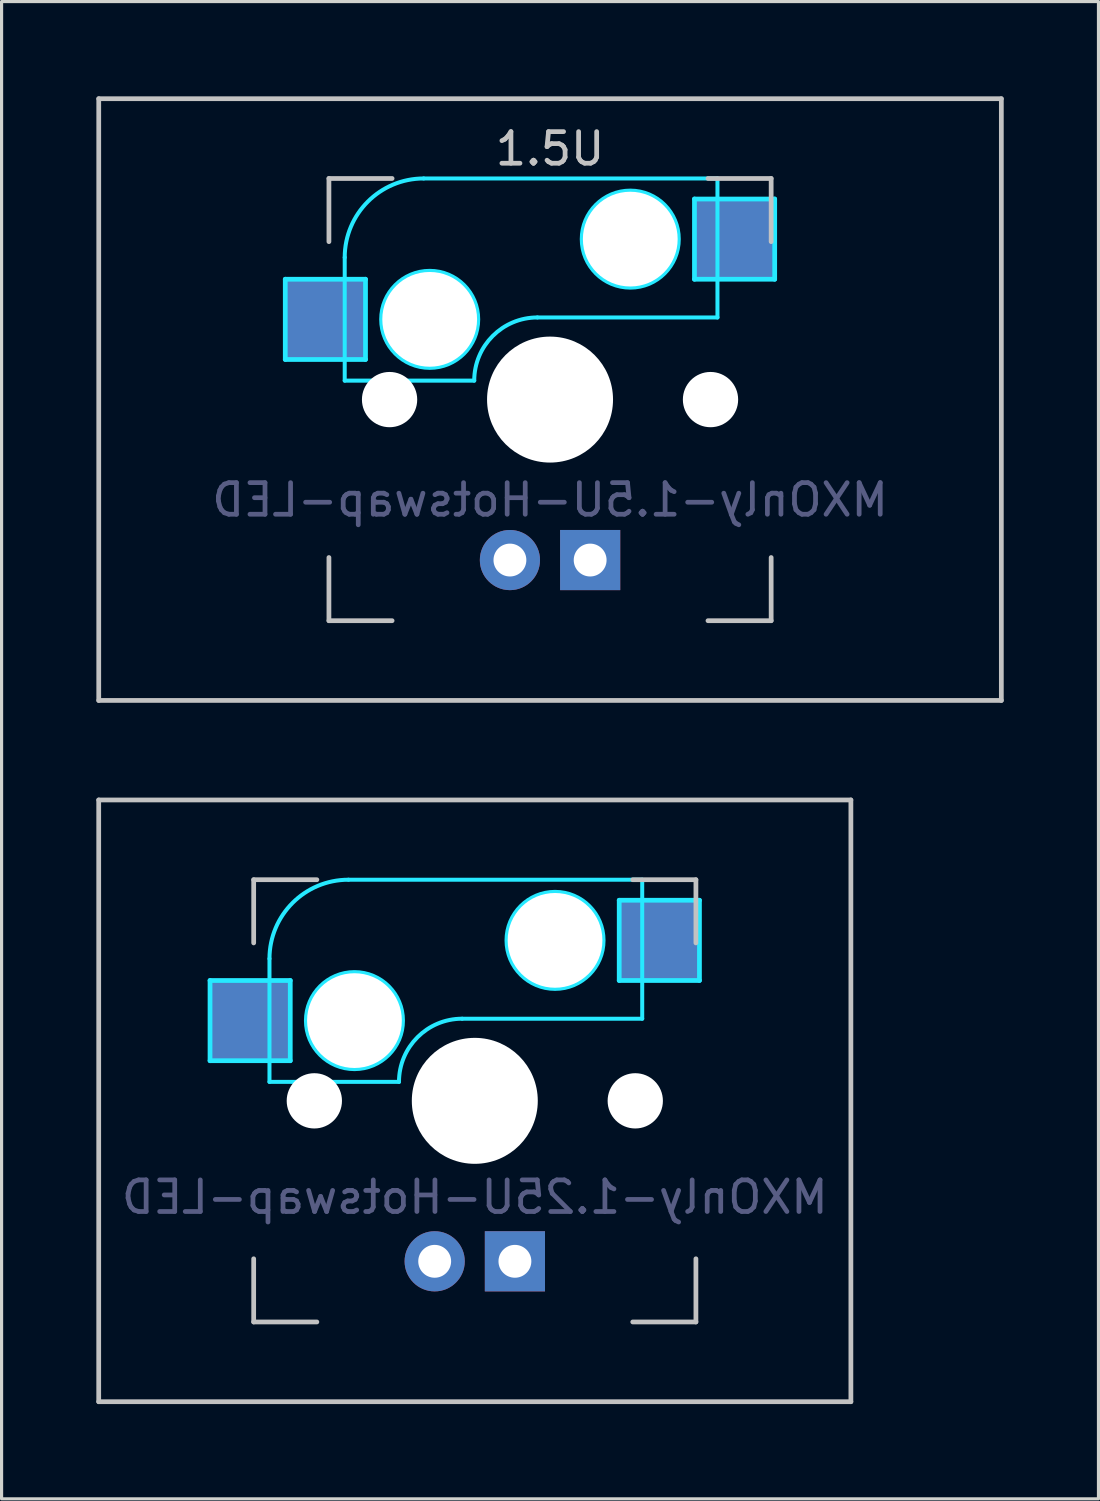
<source format=kicad_pcb>
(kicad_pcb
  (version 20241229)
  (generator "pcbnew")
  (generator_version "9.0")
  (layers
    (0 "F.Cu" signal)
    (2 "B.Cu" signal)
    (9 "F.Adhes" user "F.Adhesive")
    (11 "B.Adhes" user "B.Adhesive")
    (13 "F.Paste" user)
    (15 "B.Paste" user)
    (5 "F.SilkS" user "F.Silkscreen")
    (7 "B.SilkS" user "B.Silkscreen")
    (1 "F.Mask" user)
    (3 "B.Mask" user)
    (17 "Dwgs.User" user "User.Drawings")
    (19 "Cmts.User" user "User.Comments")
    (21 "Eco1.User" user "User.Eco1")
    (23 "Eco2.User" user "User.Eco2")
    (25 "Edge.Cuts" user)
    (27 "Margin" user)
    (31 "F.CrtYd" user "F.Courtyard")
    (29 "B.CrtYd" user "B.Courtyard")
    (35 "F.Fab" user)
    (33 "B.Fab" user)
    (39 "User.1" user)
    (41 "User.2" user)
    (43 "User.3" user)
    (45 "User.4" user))
  (footprint "MXOnly-1.25U-Hotswap-LED"
    (layer "F.Cu")
    (at 11.981 31.8)
    (property "Reference" "MXOnly-1.25U-Hotswap-LED" (at 0 3.048 0) (layer "B.Fab") (effects (font (size 1 1) (thickness 0.15)) (justify mirror)))
    (attr smd)
    (fp_line (start -11.906 -9.525) (end 11.906 -9.525) (stroke (width 0.15) (type solid)) (layer "Dwgs.User"))
    (fp_line (start -11.906 9.525) (end -11.906 -9.525) (stroke (width 0.15) (type solid)) (layer "Dwgs.User"))
    (fp_line (start -7 -7) (end -7 -5) (stroke (width 0.15) (type solid)) (layer "Dwgs.User"))
    (fp_line (start -7 5) (end -7 7) (stroke (width 0.15) (type solid)) (layer "Dwgs.User"))
    (fp_line (start -7 7) (end -5 7) (stroke (width 0.15) (type solid)) (layer "Dwgs.User"))
    (fp_line (start -5 -7) (end -7 -7) (stroke (width 0.15) (type solid)) (layer "Dwgs.User"))
    (fp_line (start 5 -7) (end 7 -7) (stroke (width 0.15) (type solid)) (layer "Dwgs.User"))
    (fp_line (start 5 7) (end 7 7) (stroke (width 0.15) (type solid)) (layer "Dwgs.User"))
    (fp_line (start 7 -7) (end 7 -5) (stroke (width 0.15) (type solid)) (layer "Dwgs.User"))
    (fp_line (start 7 7) (end 7 5) (stroke (width 0.15) (type solid)) (layer "Dwgs.User"))
    (fp_line (start 11.906 -9.525) (end 11.906 9.525) (stroke (width 0.15) (type solid)) (layer "Dwgs.User"))
    (fp_line (start 11.906 9.525) (end -11.906 9.525) (stroke (width 0.15) (type solid)) (layer "Dwgs.User"))
    (fp_line (start -8.382 -3.81) (end -5.842 -3.81) (stroke (width 0.15) (type solid)) (layer "B.CrtYd"))
    (fp_line (start -8.382 -1.27) (end -8.382 -3.81) (stroke (width 0.15) (type solid)) (layer "B.CrtYd"))
    (fp_line (start -6.5 -4.5) (end -6.5 -0.6) (stroke (width 0.127) (type solid)) (layer "B.CrtYd"))
    (fp_line (start -6.5 -0.6) (end -2.4 -0.6) (stroke (width 0.127) (type solid)) (layer "B.CrtYd"))
    (fp_line (start -5.842 -3.81) (end -5.842 -1.27) (stroke (width 0.15) (type solid)) (layer "B.CrtYd"))
    (fp_line (start -5.842 -1.27) (end -8.382 -1.27) (stroke (width 0.15) (type solid)) (layer "B.CrtYd"))
    (fp_line (start -0.4 -2.6) (end 5.3 -2.6) (stroke (width 0.127) (type solid)) (layer "B.CrtYd"))
    (fp_line (start 4.572 -6.35) (end 7.112 -6.35) (stroke (width 0.15) (type solid)) (layer "B.CrtYd"))
    (fp_line (start 4.572 -3.81) (end 4.572 -6.35) (stroke (width 0.15) (type solid)) (layer "B.CrtYd"))
    (fp_line (start 5.3 -7) (end -4 -7) (stroke (width 0.127) (type solid)) (layer "B.CrtYd"))
    (fp_line (start 5.3 -7) (end 5.3 -2.6) (stroke (width 0.127) (type solid)) (layer "B.CrtYd"))
    (fp_line (start 7.112 -6.35) (end 7.112 -3.81) (stroke (width 0.15) (type solid)) (layer "B.CrtYd"))
    (fp_line (start 7.112 -3.81) (end 4.572 -3.81) (stroke (width 0.15) (type solid)) (layer "B.CrtYd"))
    (fp_arc (start -6.5 -4.5) (mid -5.767767 -6.267767) (end -4 -7) (stroke (width 0.127) (type solid)) (layer "B.CrtYd"))
    (fp_arc (start -2.4 -0.6) (mid -1.814214 -2.014214) (end -0.4 -2.6) (stroke (width 0.127) (type solid)) (layer "B.CrtYd"))
    (fp_circle (center -3.81 -2.54) (end -3.81 -4.064) (stroke (width 0.15) (type solid)) (fill no) (layer "B.CrtYd"))
    (fp_circle (center 2.54 -5.08) (end 2.54 -6.604) (stroke (width 0.15) (type solid)) (fill no) (layer "B.CrtYd"))
    (pad "" np_thru_hole circle (at -5.08 0 48.1) (size 1.75 1.75) (drill 1.75) (layers "*.Cu" "*.Mask"))
    (pad "" np_thru_hole circle (at -3.81 -2.54) (size 3 3) (drill 3) (layers "*.Cu" "*.Mask"))
    (pad "" np_thru_hole circle (at 0 0) (size 3.988 3.988) (drill 3.988) (layers "*.Cu" "*.Mask"))
    (pad "" np_thru_hole circle (at 2.54 -5.08) (size 3 3) (drill 3) (layers "*.Cu" "*.Mask"))
    (pad "" np_thru_hole circle (at 5.08 0 48.1) (size 1.75 1.75) (drill 1.75) (layers "*.Cu" "*.Mask"))
    (pad "1" smd rect (at -7.085 -2.54) (size 2.55 2.5) (layers "B.Cu" "B.Mask" "B.Paste"))
    (pad "2" smd rect (at 5.842 -5.08) (size 2.55 2.5) (layers "B.Cu" "B.Mask" "B.Paste"))
    (pad "3" thru_hole circle (at -1.27 5.08) (size 1.905 1.905) (drill 1.04) (layers "*.Cu" "B.Mask"))
    (pad "4" thru_hole rect (at 1.27 5.08) (size 1.905 1.905) (drill 1.04) (layers "*.Cu" "B.Mask")))
  (footprint "MXOnly-1.5U-Hotswap-LED"
    (layer "F.Cu")
    (at 14.363 9.6)
    (property "Reference" "MXOnly-1.5U-Hotswap-LED" (at 0 3.175 0) (layer "B.Fab") (effects (font (size 1 1) (thickness 0.15)) (justify mirror)))
    (attr through_hole)
    (fp_line (start -14.287 -9.525) (end 14.287 -9.525) (stroke (width 0.15) (type solid)) (layer "Dwgs.User"))
    (fp_line (start -14.287 9.525) (end -14.287 -9.525) (stroke (width 0.15) (type solid)) (layer "Dwgs.User"))
    (fp_line (start -7 -7) (end -7 -5) (stroke (width 0.15) (type solid)) (layer "Dwgs.User"))
    (fp_line (start -7 5) (end -7 7) (stroke (width 0.15) (type solid)) (layer "Dwgs.User"))
    (fp_line (start -7 7) (end -5 7) (stroke (width 0.15) (type solid)) (layer "Dwgs.User"))
    (fp_line (start -5 -7) (end -7 -7) (stroke (width 0.15) (type solid)) (layer "Dwgs.User"))
    (fp_line (start 5 -7) (end 7 -7) (stroke (width 0.15) (type solid)) (layer "Dwgs.User"))
    (fp_line (start 5 7) (end 7 7) (stroke (width 0.15) (type solid)) (layer "Dwgs.User"))
    (fp_line (start 7 -7) (end 7 -5) (stroke (width 0.15) (type solid)) (layer "Dwgs.User"))
    (fp_line (start 7 7) (end 7 5) (stroke (width 0.15) (type solid)) (layer "Dwgs.User"))
    (fp_line (start 14.287 -9.525) (end 14.287 9.525) (stroke (width 0.15) (type solid)) (layer "Dwgs.User"))
    (fp_line (start 14.287 9.525) (end -14.287 9.525) (stroke (width 0.15) (type solid)) (layer "Dwgs.User"))
    (fp_line (start -8.382 -3.81) (end -5.842 -3.81) (stroke (width 0.15) (type solid)) (layer "B.CrtYd"))
    (fp_line (start -8.382 -1.27) (end -8.382 -3.81) (stroke (width 0.15) (type solid)) (layer "B.CrtYd"))
    (fp_line (start -6.5 -4.5) (end -6.5 -0.6) (stroke (width 0.127) (type solid)) (layer "B.CrtYd"))
    (fp_line (start -6.5 -0.6) (end -2.4 -0.6) (stroke (width 0.127) (type solid)) (layer "B.CrtYd"))
    (fp_line (start -5.842 -3.81) (end -5.842 -1.27) (stroke (width 0.15) (type solid)) (layer "B.CrtYd"))
    (fp_line (start -5.842 -1.27) (end -8.382 -1.27) (stroke (width 0.15) (type solid)) (layer "B.CrtYd"))
    (fp_line (start -0.4 -2.6) (end 5.3 -2.6) (stroke (width 0.127) (type solid)) (layer "B.CrtYd"))
    (fp_line (start 4.572 -6.35) (end 7.112 -6.35) (stroke (width 0.15) (type solid)) (layer "B.CrtYd"))
    (fp_line (start 4.572 -3.81) (end 4.572 -6.35) (stroke (width 0.15) (type solid)) (layer "B.CrtYd"))
    (fp_line (start 5.3 -7) (end -4 -7) (stroke (width 0.127) (type solid)) (layer "B.CrtYd"))
    (fp_line (start 5.3 -7) (end 5.3 -2.6) (stroke (width 0.127) (type solid)) (layer "B.CrtYd"))
    (fp_line (start 7.112 -6.35) (end 7.112 -3.81) (stroke (width 0.15) (type solid)) (layer "B.CrtYd"))
    (fp_line (start 7.112 -3.81) (end 4.572 -3.81) (stroke (width 0.15) (type solid)) (layer "B.CrtYd"))
    (fp_arc (start -6.5 -4.5) (mid -5.767767 -6.267767) (end -4 -7) (stroke (width 0.127) (type solid)) (layer "B.CrtYd"))
    (fp_arc (start -2.4 -0.6) (mid -1.814214 -2.014214) (end -0.4 -2.6) (stroke (width 0.127) (type solid)) (layer "B.CrtYd"))
    (fp_circle (center -3.81 -2.54) (end -3.81 -4.064) (stroke (width 0.15) (type solid)) (fill no) (layer "B.CrtYd"))
    (fp_circle (center 2.54 -5.08) (end 2.54 -6.604) (stroke (width 0.15) (type solid)) (fill no) (layer "B.CrtYd"))
    (fp_text user "1.5U" (at 0 -7.938 0) (layer "Dwgs.User") (effects (font (size 1 1) (thickness 0.15))))
    (pad "" np_thru_hole circle (at -5.08 0 48.1) (size 1.75 1.75) (drill 1.75) (layers "*.Cu" "*.Mask"))
    (pad "" np_thru_hole circle (at -3.81 -2.54) (size 3 3) (drill 3) (layers "*.Cu" "*.Mask"))
    (pad "" np_thru_hole circle (at 0 0) (size 3.988 3.988) (drill 3.988) (layers "*.Cu" "*.Mask"))
    (pad "" np_thru_hole circle (at 2.54 -5.08) (size 3 3) (drill 3) (layers "*.Cu" "*.Mask"))
    (pad "" np_thru_hole circle (at 5.08 0 48.1) (size 1.75 1.75) (drill 1.75) (layers "*.Cu" "*.Mask"))
    (pad "1" smd rect (at -7.085 -2.54) (size 2.55 2.5) (layers "B.Cu" "B.Mask" "B.Paste"))
    (pad "2" smd rect (at 5.842 -5.08) (size 2.55 2.5) (layers "B.Cu" "B.Mask" "B.Paste"))
    (pad "3" thru_hole circle (at -1.27 5.08) (size 1.905 1.905) (drill 1.04) (layers "*.Cu" "B.Mask"))
    (pad "4" thru_hole rect (at 1.27 5.08) (size 1.905 1.905) (drill 1.04) (layers "*.Cu" "B.Mask")))
  (gr_rect
    (start -3 -3)
    (end 31.725 44.4)
    (stroke (width 0.1) (type default))
    (fill no)
    (layer "Edge.Cuts")))
</source>
